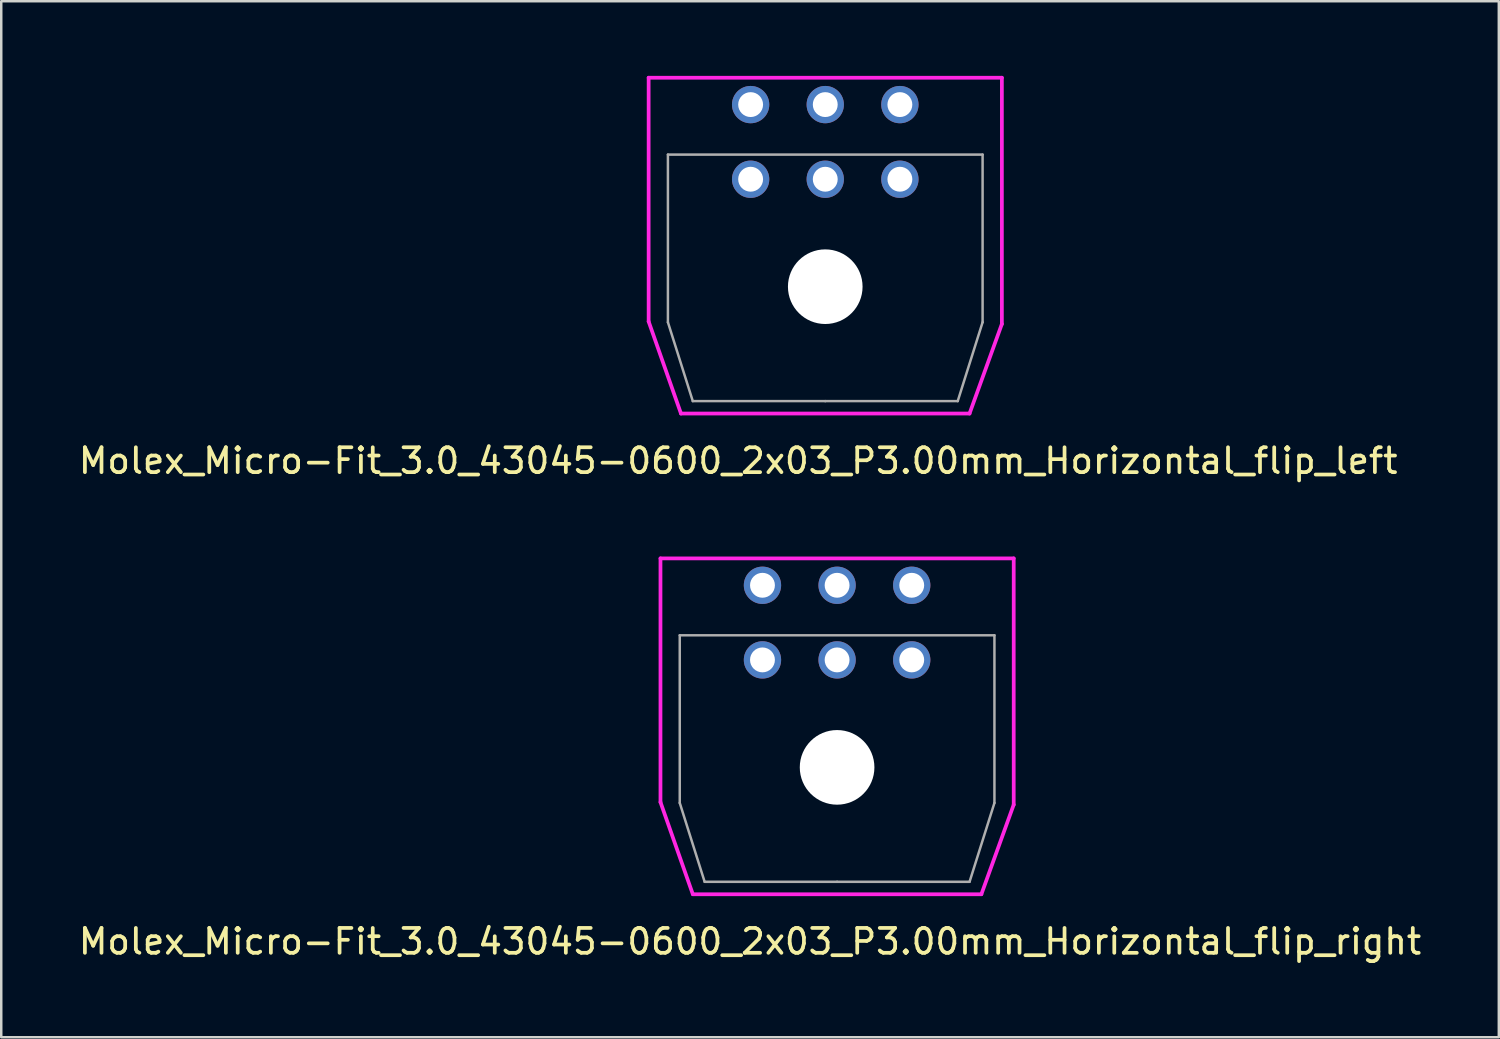
<source format=kicad_pcb>
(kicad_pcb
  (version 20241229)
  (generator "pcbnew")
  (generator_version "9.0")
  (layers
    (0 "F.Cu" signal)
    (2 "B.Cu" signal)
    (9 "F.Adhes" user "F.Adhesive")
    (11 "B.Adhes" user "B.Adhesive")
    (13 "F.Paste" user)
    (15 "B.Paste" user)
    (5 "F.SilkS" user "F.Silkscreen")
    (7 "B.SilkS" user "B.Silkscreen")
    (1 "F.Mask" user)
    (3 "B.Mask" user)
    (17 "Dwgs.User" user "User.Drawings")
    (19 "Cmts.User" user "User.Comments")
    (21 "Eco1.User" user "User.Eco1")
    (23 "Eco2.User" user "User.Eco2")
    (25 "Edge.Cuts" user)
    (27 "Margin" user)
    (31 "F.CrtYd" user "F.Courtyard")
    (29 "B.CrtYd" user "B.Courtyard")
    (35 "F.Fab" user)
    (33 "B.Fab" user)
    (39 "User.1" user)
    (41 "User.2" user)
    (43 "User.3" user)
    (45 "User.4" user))
  (footprint "Molex_Micro-Fit_3.0_43045-0600_2x03_P3.00mm_Horizontal_flip_left"
    (layer "F.Cu")
    (at 30.125 13.075)
    (property "Reference" "Molex_Micro-Fit_3.0_43045-0600_2x03_P3.00mm_Horizontal_flip_left" (at -3.5 2.4 180) (layer "F.SilkS") (effects (font (size 1 1) (thickness 0.15))))
    (attr smd)
    (fp_line (start -7.1 -13) (end -7.1 -3.2) (stroke (width 0.15) (type solid)) (layer "F.CrtYd"))
    (fp_line (start -7.1 -3.2) (end -5.8 0.5) (stroke (width 0.15) (type solid)) (layer "F.CrtYd"))
    (fp_line (start -5.8 0.5) (end 5.8 0.5) (stroke (width 0.15) (type solid)) (layer "F.CrtYd"))
    (fp_line (start 5.8 0.5) (end 7.1 -3.1) (stroke (width 0.15) (type solid)) (layer "F.CrtYd"))
    (fp_line (start 7.1 -13) (end -7.1 -13) (stroke (width 0.15) (type solid)) (layer "F.CrtYd"))
    (fp_line (start 7.1 -3.1) (end 7.1 -13) (stroke (width 0.15) (type solid)) (layer "F.CrtYd"))
    (fp_line (start -6.325 -9.91) (end -6.325 -3.17) (stroke (width 0.1) (type solid)) (layer "F.Fab"))
    (fp_line (start -6.325 -9.91) (end 6.325 -9.91) (stroke (width 0.1) (type solid)) (layer "F.Fab"))
    (fp_line (start -6.325 -3.17) (end -5.325 0) (stroke (width 0.1) (type solid)) (layer "F.Fab"))
    (fp_line (start 0 0) (end -5.325 0) (stroke (width 0.1) (type solid)) (layer "F.Fab"))
    (fp_line (start 0 0) (end 5.325 0) (stroke (width 0.1) (type solid)) (layer "F.Fab"))
    (fp_line (start 6.325 -9.91) (end 6.325 -3.17) (stroke (width 0.1) (type solid)) (layer "F.Fab"))
    (fp_line (start 6.325 -3.17) (end 5.325 0) (stroke (width 0.1) (type solid)) (layer "F.Fab"))
    (pad "" np_thru_hole circle (at 0 -4.6 180) (size 3 3) (drill 3) (layers "*.Cu" "*.Mask"))
    (pad "1" thru_hole circle (at -3 -8.92 180) (size 1.5 1.5) (drill 1) (layers "*.Cu" "*.Mask"))
    (pad "2" thru_hole circle (at -3 -11.92 180) (size 1.5 1.5) (drill 1) (layers "*.Cu" "*.Mask"))
    (pad "3" thru_hole circle (at 0 -8.92 180) (size 1.5 1.5) (drill 1) (layers "*.Cu" "*.Mask"))
    (pad "4" thru_hole circle (at 0 -11.92 180) (size 1.5 1.5) (drill 1) (layers "*.Cu" "*.Mask"))
    (pad "5" thru_hole circle (at 3 -8.92 180) (size 1.5 1.5) (drill 1) (layers "*.Cu" "*.Mask"))
    (pad "6" thru_hole circle (at 3 -11.92 180) (size 1.5 1.5) (drill 1) (layers "*.Cu" "*.Mask")))
  (footprint "Molex_Micro-Fit_3.0_43045-0600_2x03_P3.00mm_Horizontal_flip_right"
    (layer "F.Cu")
    (at 30.601 32.398)
    (property "Reference" "Molex_Micro-Fit_3.0_43045-0600_2x03_P3.00mm_Horizontal_flip_right" (at -3.5 2.4 180) (layer "F.SilkS") (effects (font (size 1 1) (thickness 0.15))))
    (attr smd)
    (fp_line (start -7.1 -13) (end -7.1 -3.2) (stroke (width 0.15) (type solid)) (layer "F.CrtYd"))
    (fp_line (start -7.1 -3.2) (end -5.8 0.5) (stroke (width 0.15) (type solid)) (layer "F.CrtYd"))
    (fp_line (start -5.8 0.5) (end 5.8 0.5) (stroke (width 0.15) (type solid)) (layer "F.CrtYd"))
    (fp_line (start 5.8 0.5) (end 7.1 -3.1) (stroke (width 0.15) (type solid)) (layer "F.CrtYd"))
    (fp_line (start 7.1 -13) (end -7.1 -13) (stroke (width 0.15) (type solid)) (layer "F.CrtYd"))
    (fp_line (start 7.1 -3.1) (end 7.1 -13) (stroke (width 0.15) (type solid)) (layer "F.CrtYd"))
    (fp_line (start -6.325 -9.91) (end -6.325 -3.17) (stroke (width 0.1) (type solid)) (layer "F.Fab"))
    (fp_line (start -6.325 -9.91) (end 6.325 -9.91) (stroke (width 0.1) (type solid)) (layer "F.Fab"))
    (fp_line (start -6.325 -3.17) (end -5.325 0) (stroke (width 0.1) (type solid)) (layer "F.Fab"))
    (fp_line (start 0 0) (end -5.325 0) (stroke (width 0.1) (type solid)) (layer "F.Fab"))
    (fp_line (start 0 0) (end 5.325 0) (stroke (width 0.1) (type solid)) (layer "F.Fab"))
    (fp_line (start 6.325 -9.91) (end 6.325 -3.17) (stroke (width 0.1) (type solid)) (layer "F.Fab"))
    (fp_line (start 6.325 -3.17) (end 5.325 0) (stroke (width 0.1) (type solid)) (layer "F.Fab"))
    (pad "" np_thru_hole circle (at 0 -4.6 180) (size 3 3) (drill 3) (layers "*.Cu" "*.Mask"))
    (pad "1" thru_hole circle (at 3 -8.92 180) (size 1.5 1.5) (drill 1) (layers "*.Cu" "*.Mask"))
    (pad "2" thru_hole circle (at 3 -11.92 180) (size 1.5 1.5) (drill 1) (layers "*.Cu" "*.Mask"))
    (pad "3" thru_hole circle (at 0 -8.92 180) (size 1.5 1.5) (drill 1) (layers "*.Cu" "*.Mask"))
    (pad "4" thru_hole circle (at 0 -11.92 180) (size 1.5 1.5) (drill 1) (layers "*.Cu" "*.Mask"))
    (pad "5" thru_hole circle (at -3 -8.92 180) (size 1.5 1.5) (drill 1) (layers "*.Cu" "*.Mask"))
    (pad "6" thru_hole circle (at -3 -11.92 180) (size 1.5 1.5) (drill 1) (layers "*.Cu" "*.Mask")))
  (gr_rect
    (start -3 -3)
    (end 57.202 38.647)
    (stroke (width 0.1) (type default))
    (fill no)
    (layer "Edge.Cuts")))
</source>
